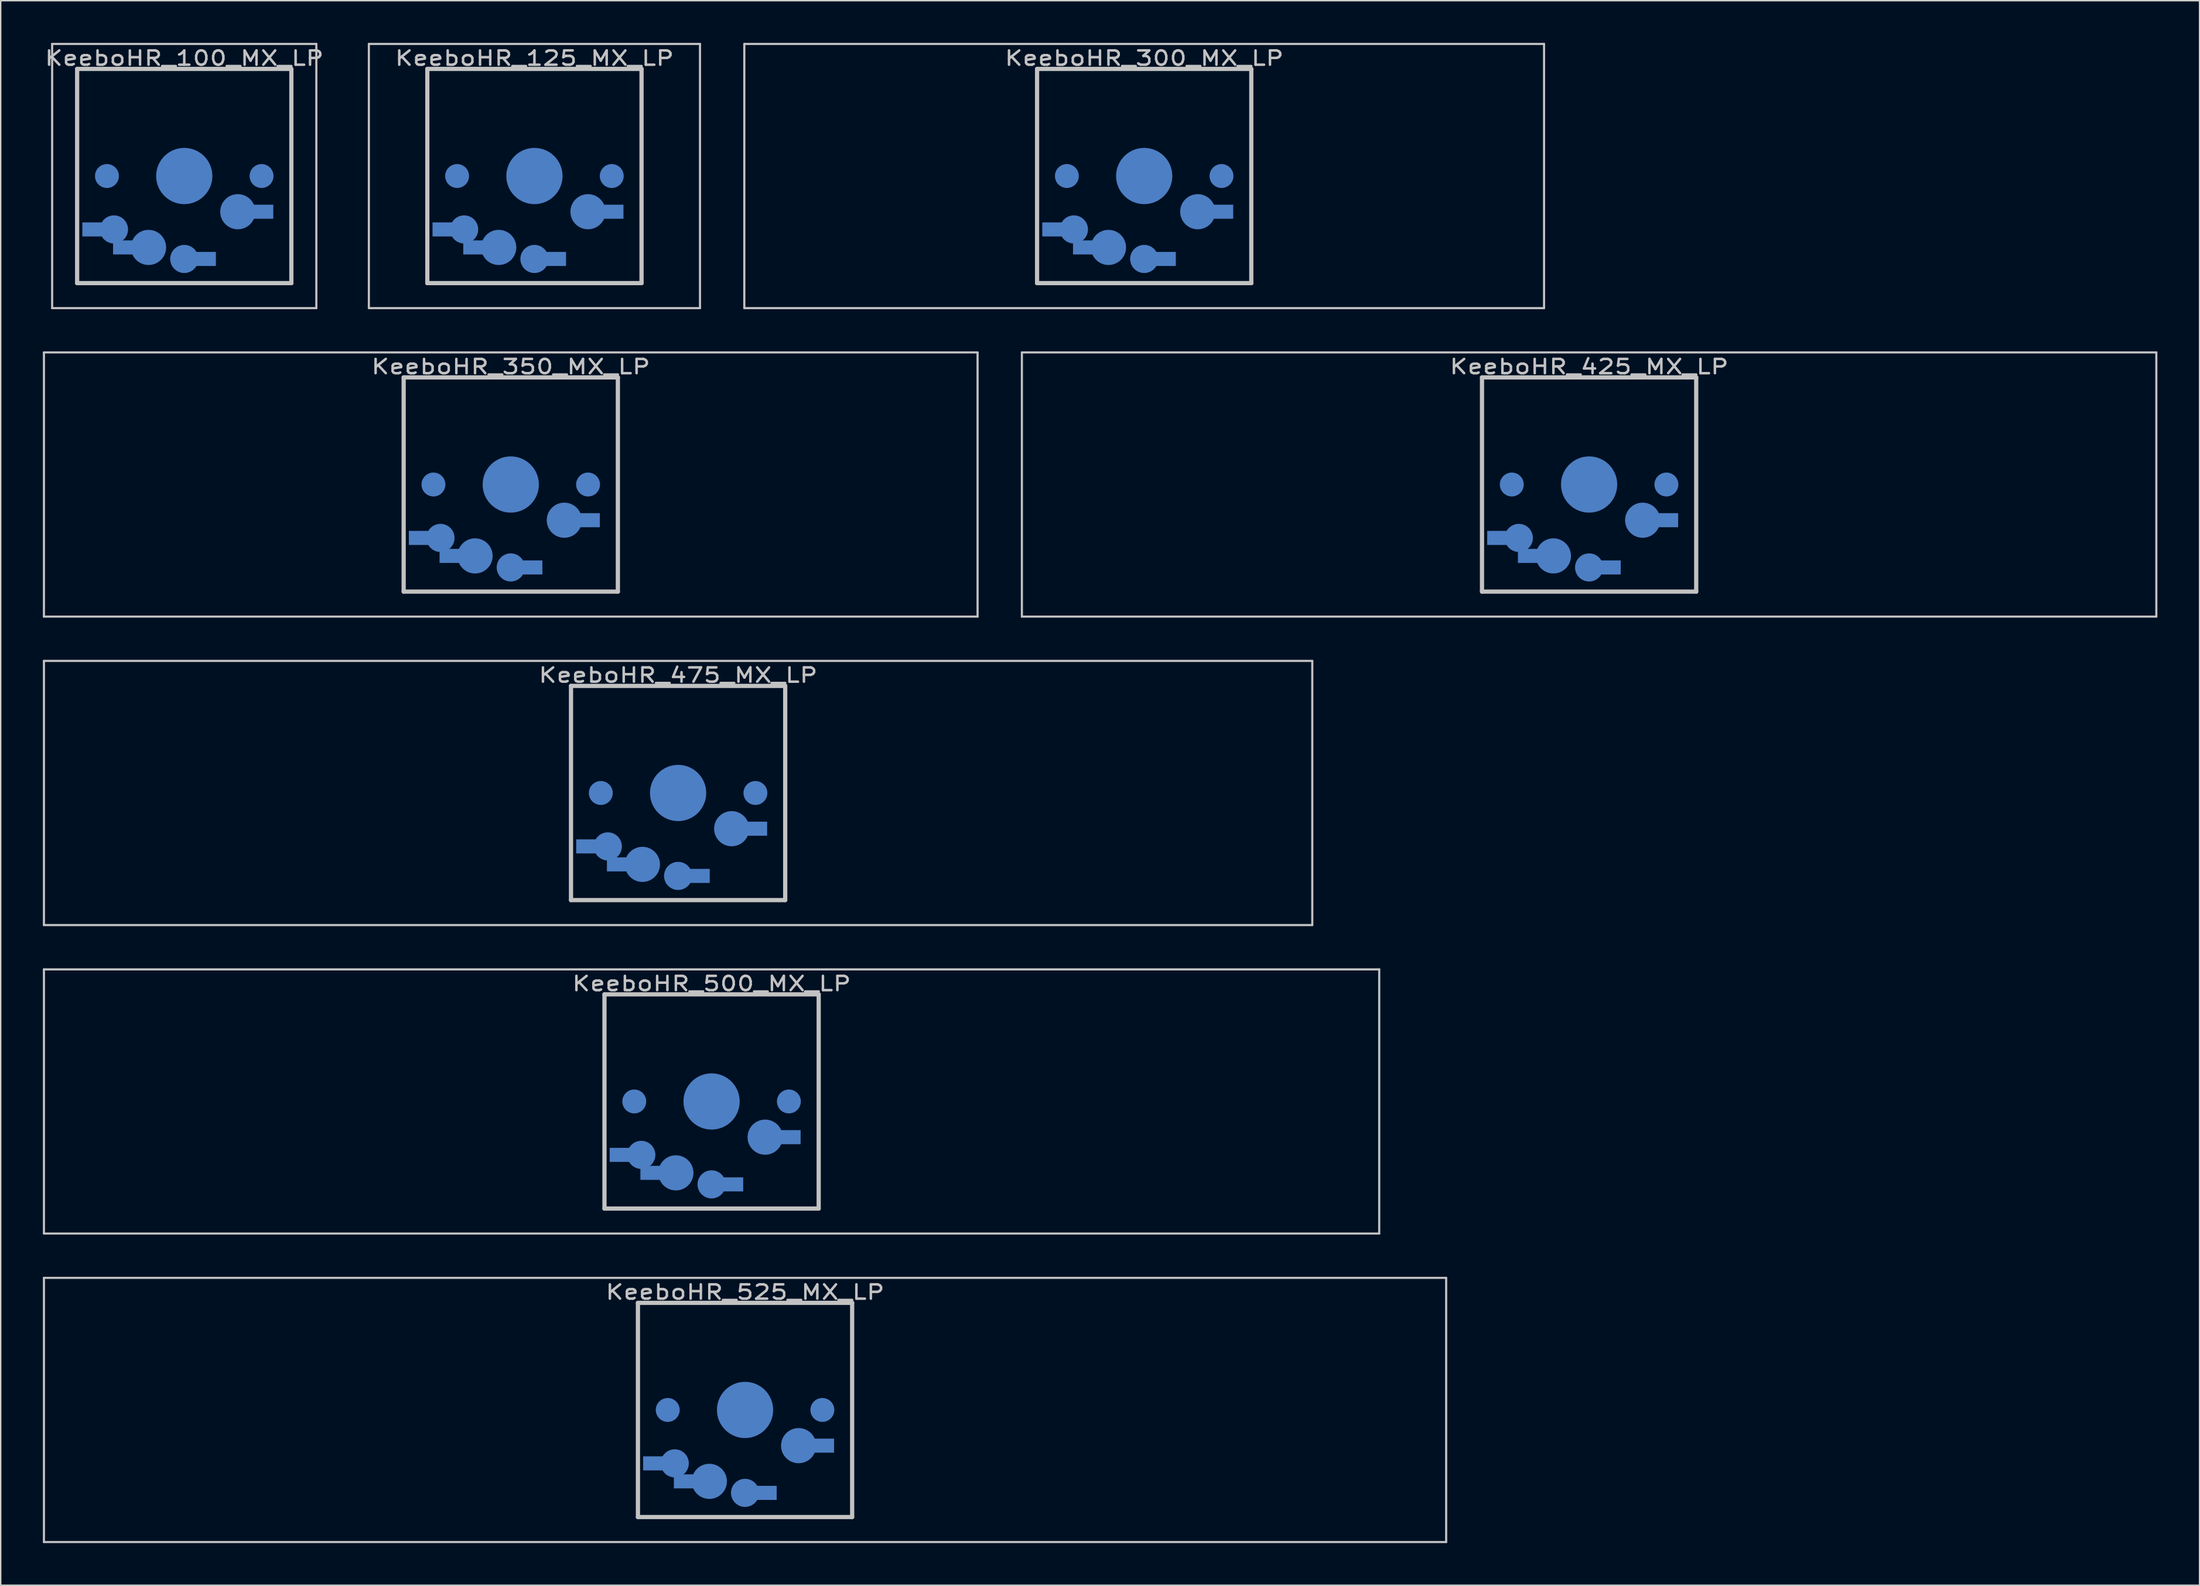
<source format=kicad_pcb>
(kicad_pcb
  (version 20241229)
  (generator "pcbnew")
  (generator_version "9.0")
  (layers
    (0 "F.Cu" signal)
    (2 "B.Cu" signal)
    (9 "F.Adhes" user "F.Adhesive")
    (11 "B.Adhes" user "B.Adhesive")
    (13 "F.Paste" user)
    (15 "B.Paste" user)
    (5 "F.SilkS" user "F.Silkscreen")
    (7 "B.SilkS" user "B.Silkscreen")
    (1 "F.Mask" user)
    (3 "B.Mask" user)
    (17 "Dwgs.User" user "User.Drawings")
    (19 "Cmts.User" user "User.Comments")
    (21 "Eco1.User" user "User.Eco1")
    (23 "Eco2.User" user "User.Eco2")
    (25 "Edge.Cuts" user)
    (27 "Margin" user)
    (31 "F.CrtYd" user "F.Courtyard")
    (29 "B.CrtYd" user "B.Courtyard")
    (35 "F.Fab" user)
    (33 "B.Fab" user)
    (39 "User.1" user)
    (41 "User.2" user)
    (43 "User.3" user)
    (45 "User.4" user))
  (footprint "KeeboHR_500_MX_LP"
    (layer "B.Cu")
    (at 47.574 75.319)
    (property "Reference" "KeeboHR_500_MX_LP" (at 0 -8.382 0) (layer "Dwgs.User") (effects (font (size 1.016 1.27) (thickness 0.178))))
    (attr through_hole)
    (fp_line (start -47.498 -9.398) (end 47.498 -9.398) (stroke (width 0.152) (type solid)) (layer "Dwgs.User"))
    (fp_line (start -47.498 9.398) (end -47.498 -9.398) (stroke (width 0.152) (type solid)) (layer "Dwgs.User"))
    (fp_line (start -7.62 -7.62) (end 7.62 -7.62) (stroke (width 0.3) (type solid)) (layer "Dwgs.User"))
    (fp_line (start -7.62 7.62) (end -7.62 -7.62) (stroke (width 0.3) (type solid)) (layer "Dwgs.User"))
    (fp_line (start 7.62 -7.62) (end 7.62 7.62) (stroke (width 0.3) (type solid)) (layer "Dwgs.User"))
    (fp_line (start 7.62 7.62) (end -7.62 7.62) (stroke (width 0.3) (type solid)) (layer "Dwgs.User"))
    (fp_line (start 47.498 -9.398) (end 47.498 9.398) (stroke (width 0.152) (type solid)) (layer "Dwgs.User"))
    (fp_line (start 47.498 9.398) (end -47.498 9.398) (stroke (width 0.152) (type solid)) (layer "Dwgs.User"))
    (pad "" smd circle (at -5.5 0) (size 1.7 1.7) (layers "B.Cu" "B.Mask"))
    (pad "" smd circle (at 0 0) (size 4 4) (layers "B.Cu" "B.Mask"))
    (pad "" smd circle (at 5.5 0) (size 1.7 1.7) (layers "B.Cu" "B.Mask"))
    (pad "1" smd circle (at 0 5.9) (size 2 2) (layers "B.Cu" "B.Mask"))
    (pad "1" smd rect (at 1.25 5.9) (size 2 1) (layers "B.Cu" "B.Mask"))
    (pad "1" smd circle (at 3.81 2.54) (size 2.5 2.5) (layers "B.Cu" "B.Mask"))
    (pad "1" smd rect (at 5.334 2.54) (size 2 1) (layers "B.Cu" "B.Mask"))
    (pad "2" smd rect (at -6.25 3.8) (size 2 1) (layers "B.Cu" "B.Mask"))
    (pad "2" smd circle (at -5 3.8) (size 2 2) (layers "B.Cu" "B.Mask"))
    (pad "2" smd rect (at -4.064 5.08) (size 2 1) (layers "B.Cu" "B.Mask"))
    (pad "2" smd circle (at -2.54 5.08) (size 2.5 2.5) (layers "B.Cu" "B.Mask")))
  (footprint "KeeboHR_475_MX_LP"
    (layer "B.Cu")
    (at 45.193 53.371)
    (property "Reference" "KeeboHR_475_MX_LP" (at 0 -8.382 0) (layer "Dwgs.User") (effects (font (size 1.016 1.27) (thickness 0.178))))
    (attr through_hole)
    (fp_line (start -45.117 -9.398) (end 45.117 -9.398) (stroke (width 0.152) (type solid)) (layer "Dwgs.User"))
    (fp_line (start -45.117 9.398) (end -45.117 -9.398) (stroke (width 0.152) (type solid)) (layer "Dwgs.User"))
    (fp_line (start -7.62 -7.62) (end 7.62 -7.62) (stroke (width 0.3) (type solid)) (layer "Dwgs.User"))
    (fp_line (start -7.62 7.62) (end -7.62 -7.62) (stroke (width 0.3) (type solid)) (layer "Dwgs.User"))
    (fp_line (start 7.62 -7.62) (end 7.62 7.62) (stroke (width 0.3) (type solid)) (layer "Dwgs.User"))
    (fp_line (start 7.62 7.62) (end -7.62 7.62) (stroke (width 0.3) (type solid)) (layer "Dwgs.User"))
    (fp_line (start 45.117 -9.398) (end 45.117 9.398) (stroke (width 0.152) (type solid)) (layer "Dwgs.User"))
    (fp_line (start 45.117 9.398) (end -45.117 9.398) (stroke (width 0.152) (type solid)) (layer "Dwgs.User"))
    (pad "" smd circle (at -5.5 0) (size 1.7 1.7) (layers "B.Cu" "B.Mask"))
    (pad "" smd circle (at 0 0) (size 4 4) (layers "B.Cu" "B.Mask"))
    (pad "" smd circle (at 5.5 0) (size 1.7 1.7) (layers "B.Cu" "B.Mask"))
    (pad "1" smd circle (at 0 5.9) (size 2 2) (layers "B.Cu" "B.Mask"))
    (pad "1" smd rect (at 1.25 5.9) (size 2 1) (layers "B.Cu" "B.Mask"))
    (pad "1" smd circle (at 3.81 2.54) (size 2.5 2.5) (layers "B.Cu" "B.Mask"))
    (pad "1" smd rect (at 5.334 2.54) (size 2 1) (layers "B.Cu" "B.Mask"))
    (pad "2" smd rect (at -6.25 3.8) (size 2 1) (layers "B.Cu" "B.Mask"))
    (pad "2" smd circle (at -5 3.8) (size 2 2) (layers "B.Cu" "B.Mask"))
    (pad "2" smd rect (at -4.064 5.08) (size 2 1) (layers "B.Cu" "B.Mask"))
    (pad "2" smd circle (at -2.54 5.08) (size 2.5 2.5) (layers "B.Cu" "B.Mask")))
  (footprint "KeeboHR_100_MX_LP"
    (layer "B.Cu")
    (at 10.058 9.474)
    (property "Reference" "KeeboHR_100_MX_LP" (at 0 -8.382 0) (layer "Dwgs.User") (effects (font (size 1.016 1.27) (thickness 0.178))))
    (attr through_hole)
    (fp_line (start -9.398 -9.398) (end 9.398 -9.398) (stroke (width 0.152) (type solid)) (layer "Dwgs.User"))
    (fp_line (start -9.398 9.398) (end -9.398 -9.398) (stroke (width 0.152) (type solid)) (layer "Dwgs.User"))
    (fp_line (start -7.62 -7.62) (end 7.62 -7.62) (stroke (width 0.3) (type solid)) (layer "Dwgs.User"))
    (fp_line (start -7.62 7.62) (end -7.62 -7.62) (stroke (width 0.3) (type solid)) (layer "Dwgs.User"))
    (fp_line (start 7.62 -7.62) (end 7.62 7.62) (stroke (width 0.3) (type solid)) (layer "Dwgs.User"))
    (fp_line (start 7.62 7.62) (end -7.62 7.62) (stroke (width 0.3) (type solid)) (layer "Dwgs.User"))
    (fp_line (start 9.398 -9.398) (end 9.398 9.398) (stroke (width 0.152) (type solid)) (layer "Dwgs.User"))
    (fp_line (start 9.398 9.398) (end -9.398 9.398) (stroke (width 0.152) (type solid)) (layer "Dwgs.User"))
    (pad "" smd circle (at -5.5 0) (size 1.7 1.7) (layers "B.Cu" "B.Mask"))
    (pad "" smd circle (at 0 0) (size 4 4) (layers "B.Cu" "B.Mask"))
    (pad "" smd circle (at 5.5 0) (size 1.7 1.7) (layers "B.Cu" "B.Mask"))
    (pad "1" smd circle (at 0 5.9) (size 2 2) (layers "B.Cu" "B.Mask"))
    (pad "1" smd rect (at 1.25 5.9) (size 2 1) (layers "B.Cu" "B.Mask"))
    (pad "1" smd circle (at 3.81 2.54) (size 2.5 2.5) (layers "B.Cu" "B.Mask"))
    (pad "1" smd rect (at 5.334 2.54) (size 2 1) (layers "B.Cu" "B.Mask"))
    (pad "2" smd rect (at -6.25 3.8) (size 2 1) (layers "B.Cu" "B.Mask"))
    (pad "2" smd circle (at -5 3.8) (size 2 2) (layers "B.Cu" "B.Mask"))
    (pad "2" smd rect (at -4.064 5.08) (size 2 1) (layers "B.Cu" "B.Mask"))
    (pad "2" smd circle (at -2.54 5.08) (size 2.5 2.5) (layers "B.Cu" "B.Mask")))
  (footprint "KeeboHR_425_MX_LP"
    (layer "B.Cu")
    (at 110.004 31.423)
    (property "Reference" "KeeboHR_425_MX_LP" (at 0 -8.382 0) (layer "Dwgs.User") (effects (font (size 1.016 1.27) (thickness 0.178))))
    (attr through_hole)
    (fp_line (start -40.354 -9.398) (end 40.354 -9.398) (stroke (width 0.152) (type solid)) (layer "Dwgs.User"))
    (fp_line (start -40.354 9.398) (end -40.354 -9.398) (stroke (width 0.152) (type solid)) (layer "Dwgs.User"))
    (fp_line (start -7.62 -7.62) (end 7.62 -7.62) (stroke (width 0.3) (type solid)) (layer "Dwgs.User"))
    (fp_line (start -7.62 7.62) (end -7.62 -7.62) (stroke (width 0.3) (type solid)) (layer "Dwgs.User"))
    (fp_line (start 7.62 -7.62) (end 7.62 7.62) (stroke (width 0.3) (type solid)) (layer "Dwgs.User"))
    (fp_line (start 7.62 7.62) (end -7.62 7.62) (stroke (width 0.3) (type solid)) (layer "Dwgs.User"))
    (fp_line (start 40.354 -9.398) (end 40.354 9.398) (stroke (width 0.152) (type solid)) (layer "Dwgs.User"))
    (fp_line (start 40.354 9.398) (end -40.354 9.398) (stroke (width 0.152) (type solid)) (layer "Dwgs.User"))
    (pad "" smd circle (at -5.5 0) (size 1.7 1.7) (layers "B.Cu" "B.Mask"))
    (pad "" smd circle (at 0 0) (size 4 4) (layers "B.Cu" "B.Mask"))
    (pad "" smd circle (at 5.5 0) (size 1.7 1.7) (layers "B.Cu" "B.Mask"))
    (pad "1" smd circle (at 0 5.9) (size 2 2) (layers "B.Cu" "B.Mask"))
    (pad "1" smd rect (at 1.25 5.9) (size 2 1) (layers "B.Cu" "B.Mask"))
    (pad "1" smd circle (at 3.81 2.54) (size 2.5 2.5) (layers "B.Cu" "B.Mask"))
    (pad "1" smd rect (at 5.334 2.54) (size 2 1) (layers "B.Cu" "B.Mask"))
    (pad "2" smd rect (at -6.25 3.8) (size 2 1) (layers "B.Cu" "B.Mask"))
    (pad "2" smd circle (at -5 3.8) (size 2 2) (layers "B.Cu" "B.Mask"))
    (pad "2" smd rect (at -4.064 5.08) (size 2 1) (layers "B.Cu" "B.Mask"))
    (pad "2" smd circle (at -2.54 5.08) (size 2.5 2.5) (layers "B.Cu" "B.Mask")))
  (footprint "KeeboHR_525_MX_LP"
    (layer "B.Cu")
    (at 49.955 97.268)
    (property "Reference" "KeeboHR_525_MX_LP" (at 0 -8.382 0) (layer "Dwgs.User") (effects (font (size 1.016 1.27) (thickness 0.178))))
    (attr through_hole)
    (fp_line (start -49.879 -9.398) (end 49.879 -9.398) (stroke (width 0.152) (type solid)) (layer "Dwgs.User"))
    (fp_line (start -49.879 9.398) (end -49.879 -9.398) (stroke (width 0.152) (type solid)) (layer "Dwgs.User"))
    (fp_line (start -7.62 -7.62) (end 7.62 -7.62) (stroke (width 0.3) (type solid)) (layer "Dwgs.User"))
    (fp_line (start -7.62 7.62) (end -7.62 -7.62) (stroke (width 0.3) (type solid)) (layer "Dwgs.User"))
    (fp_line (start 7.62 -7.62) (end 7.62 7.62) (stroke (width 0.3) (type solid)) (layer "Dwgs.User"))
    (fp_line (start 7.62 7.62) (end -7.62 7.62) (stroke (width 0.3) (type solid)) (layer "Dwgs.User"))
    (fp_line (start 49.879 -9.398) (end 49.879 9.398) (stroke (width 0.152) (type solid)) (layer "Dwgs.User"))
    (fp_line (start 49.879 9.398) (end -49.879 9.398) (stroke (width 0.152) (type solid)) (layer "Dwgs.User"))
    (pad "" smd circle (at -5.5 0) (size 1.7 1.7) (layers "B.Cu" "B.Mask"))
    (pad "" smd circle (at 0 0) (size 4 4) (layers "B.Cu" "B.Mask"))
    (pad "" smd circle (at 5.5 0) (size 1.7 1.7) (layers "B.Cu" "B.Mask"))
    (pad "1" smd circle (at 0 5.9) (size 2 2) (layers "B.Cu" "B.Mask"))
    (pad "1" smd rect (at 1.25 5.9) (size 2 1) (layers "B.Cu" "B.Mask"))
    (pad "1" smd circle (at 3.81 2.54) (size 2.5 2.5) (layers "B.Cu" "B.Mask"))
    (pad "1" smd rect (at 5.334 2.54) (size 2 1) (layers "B.Cu" "B.Mask"))
    (pad "2" smd rect (at -6.25 3.8) (size 2 1) (layers "B.Cu" "B.Mask"))
    (pad "2" smd circle (at -5 3.8) (size 2 2) (layers "B.Cu" "B.Mask"))
    (pad "2" smd rect (at -4.064 5.08) (size 2 1) (layers "B.Cu" "B.Mask"))
    (pad "2" smd circle (at -2.54 5.08) (size 2.5 2.5) (layers "B.Cu" "B.Mask")))
  (footprint "KeeboHR_300_MX_LP"
    (layer "B.Cu")
    (at 78.351 9.474)
    (property "Reference" "KeeboHR_300_MX_LP" (at 0 -8.382 0) (layer "Dwgs.User") (effects (font (size 1.016 1.27) (thickness 0.178))))
    (attr through_hole)
    (fp_line (start -28.448 -9.398) (end 28.448 -9.398) (stroke (width 0.152) (type solid)) (layer "Dwgs.User"))
    (fp_line (start -28.448 9.398) (end -28.448 -9.398) (stroke (width 0.152) (type solid)) (layer "Dwgs.User"))
    (fp_line (start -7.62 -7.62) (end 7.62 -7.62) (stroke (width 0.3) (type solid)) (layer "Dwgs.User"))
    (fp_line (start -7.62 7.62) (end -7.62 -7.62) (stroke (width 0.3) (type solid)) (layer "Dwgs.User"))
    (fp_line (start 7.62 -7.62) (end 7.62 7.62) (stroke (width 0.3) (type solid)) (layer "Dwgs.User"))
    (fp_line (start 7.62 7.62) (end -7.62 7.62) (stroke (width 0.3) (type solid)) (layer "Dwgs.User"))
    (fp_line (start 28.448 -9.398) (end 28.448 9.398) (stroke (width 0.152) (type solid)) (layer "Dwgs.User"))
    (fp_line (start 28.448 9.398) (end -28.448 9.398) (stroke (width 0.152) (type solid)) (layer "Dwgs.User"))
    (pad "" smd circle (at -5.5 0) (size 1.7 1.7) (layers "B.Cu" "B.Mask"))
    (pad "" smd circle (at 0 0) (size 4 4) (layers "B.Cu" "B.Mask"))
    (pad "" smd circle (at 5.5 0) (size 1.7 1.7) (layers "B.Cu" "B.Mask"))
    (pad "1" smd circle (at 0 5.9) (size 2 2) (layers "B.Cu" "B.Mask"))
    (pad "1" smd rect (at 1.25 5.9) (size 2 1) (layers "B.Cu" "B.Mask"))
    (pad "1" smd circle (at 3.81 2.54) (size 2.5 2.5) (layers "B.Cu" "B.Mask"))
    (pad "1" smd rect (at 5.334 2.54) (size 2 1) (layers "B.Cu" "B.Mask"))
    (pad "2" smd rect (at -6.25 3.8) (size 2 1) (layers "B.Cu" "B.Mask"))
    (pad "2" smd circle (at -5 3.8) (size 2 2) (layers "B.Cu" "B.Mask"))
    (pad "2" smd rect (at -4.064 5.08) (size 2 1) (layers "B.Cu" "B.Mask"))
    (pad "2" smd circle (at -2.54 5.08) (size 2.5 2.5) (layers "B.Cu" "B.Mask")))
  (footprint "KeeboHR_125_MX_LP"
    (layer "B.Cu")
    (at 34.971 9.474)
    (property "Reference" "KeeboHR_125_MX_LP" (at 0 -8.382 0) (layer "Dwgs.User") (effects (font (size 1.016 1.27) (thickness 0.178))))
    (attr through_hole)
    (fp_line (start -11.779 -9.398) (end 11.779 -9.398) (stroke (width 0.152) (type solid)) (layer "Dwgs.User"))
    (fp_line (start -11.779 9.398) (end -11.779 -9.398) (stroke (width 0.152) (type solid)) (layer "Dwgs.User"))
    (fp_line (start -7.62 -7.62) (end 7.62 -7.62) (stroke (width 0.3) (type solid)) (layer "Dwgs.User"))
    (fp_line (start -7.62 7.62) (end -7.62 -7.62) (stroke (width 0.3) (type solid)) (layer "Dwgs.User"))
    (fp_line (start 7.62 -7.62) (end 7.62 7.62) (stroke (width 0.3) (type solid)) (layer "Dwgs.User"))
    (fp_line (start 7.62 7.62) (end -7.62 7.62) (stroke (width 0.3) (type solid)) (layer "Dwgs.User"))
    (fp_line (start 11.779 -9.398) (end 11.779 9.398) (stroke (width 0.152) (type solid)) (layer "Dwgs.User"))
    (fp_line (start 11.779 9.398) (end -11.779 9.398) (stroke (width 0.152) (type solid)) (layer "Dwgs.User"))
    (pad "" smd circle (at -5.5 0) (size 1.7 1.7) (layers "B.Cu" "B.Mask"))
    (pad "" smd circle (at 0 0) (size 4 4) (layers "B.Cu" "B.Mask"))
    (pad "" smd circle (at 5.5 0) (size 1.7 1.7) (layers "B.Cu" "B.Mask"))
    (pad "1" smd circle (at 0 5.9) (size 2 2) (layers "B.Cu" "B.Mask"))
    (pad "1" smd rect (at 1.25 5.9) (size 2 1) (layers "B.Cu" "B.Mask"))
    (pad "1" smd circle (at 3.81 2.54) (size 2.5 2.5) (layers "B.Cu" "B.Mask"))
    (pad "1" smd rect (at 5.334 2.54) (size 2 1) (layers "B.Cu" "B.Mask"))
    (pad "2" smd rect (at -6.25 3.8) (size 2 1) (layers "B.Cu" "B.Mask"))
    (pad "2" smd circle (at -5 3.8) (size 2 2) (layers "B.Cu" "B.Mask"))
    (pad "2" smd rect (at -4.064 5.08) (size 2 1) (layers "B.Cu" "B.Mask"))
    (pad "2" smd circle (at -2.54 5.08) (size 2.5 2.5) (layers "B.Cu" "B.Mask")))
  (footprint "KeeboHR_350_MX_LP"
    (layer "B.Cu")
    (at 33.287 31.423)
    (property "Reference" "KeeboHR_350_MX_LP" (at 0 -8.382 0) (layer "Dwgs.User") (effects (font (size 1.016 1.27) (thickness 0.178))))
    (attr through_hole)
    (fp_line (start -33.211 -9.398) (end 33.211 -9.398) (stroke (width 0.152) (type solid)) (layer "Dwgs.User"))
    (fp_line (start -33.211 9.398) (end -33.211 -9.398) (stroke (width 0.152) (type solid)) (layer "Dwgs.User"))
    (fp_line (start -7.62 -7.62) (end 7.62 -7.62) (stroke (width 0.3) (type solid)) (layer "Dwgs.User"))
    (fp_line (start -7.62 7.62) (end -7.62 -7.62) (stroke (width 0.3) (type solid)) (layer "Dwgs.User"))
    (fp_line (start 7.62 -7.62) (end 7.62 7.62) (stroke (width 0.3) (type solid)) (layer "Dwgs.User"))
    (fp_line (start 7.62 7.62) (end -7.62 7.62) (stroke (width 0.3) (type solid)) (layer "Dwgs.User"))
    (fp_line (start 33.211 -9.398) (end 33.211 9.398) (stroke (width 0.152) (type solid)) (layer "Dwgs.User"))
    (fp_line (start 33.211 9.398) (end -33.211 9.398) (stroke (width 0.152) (type solid)) (layer "Dwgs.User"))
    (pad "" smd circle (at -5.5 0) (size 1.7 1.7) (layers "B.Cu" "B.Mask"))
    (pad "" smd circle (at 0 0) (size 4 4) (layers "B.Cu" "B.Mask"))
    (pad "" smd circle (at 5.5 0) (size 1.7 1.7) (layers "B.Cu" "B.Mask"))
    (pad "1" smd circle (at 0 5.9) (size 2 2) (layers "B.Cu" "B.Mask"))
    (pad "1" smd rect (at 1.25 5.9) (size 2 1) (layers "B.Cu" "B.Mask"))
    (pad "1" smd circle (at 3.81 2.54) (size 2.5 2.5) (layers "B.Cu" "B.Mask"))
    (pad "1" smd rect (at 5.334 2.54) (size 2 1) (layers "B.Cu" "B.Mask"))
    (pad "2" smd rect (at -6.25 3.8) (size 2 1) (layers "B.Cu" "B.Mask"))
    (pad "2" smd circle (at -5 3.8) (size 2 2) (layers "B.Cu" "B.Mask"))
    (pad "2" smd rect (at -4.064 5.08) (size 2 1) (layers "B.Cu" "B.Mask"))
    (pad "2" smd circle (at -2.54 5.08) (size 2.5 2.5) (layers "B.Cu" "B.Mask")))
  (gr_rect
    (start -3 -3)
    (end 153.434 109.742)
    (stroke (width 0.1) (type default))
    (fill no)
    (layer "Edge.Cuts")))
</source>
